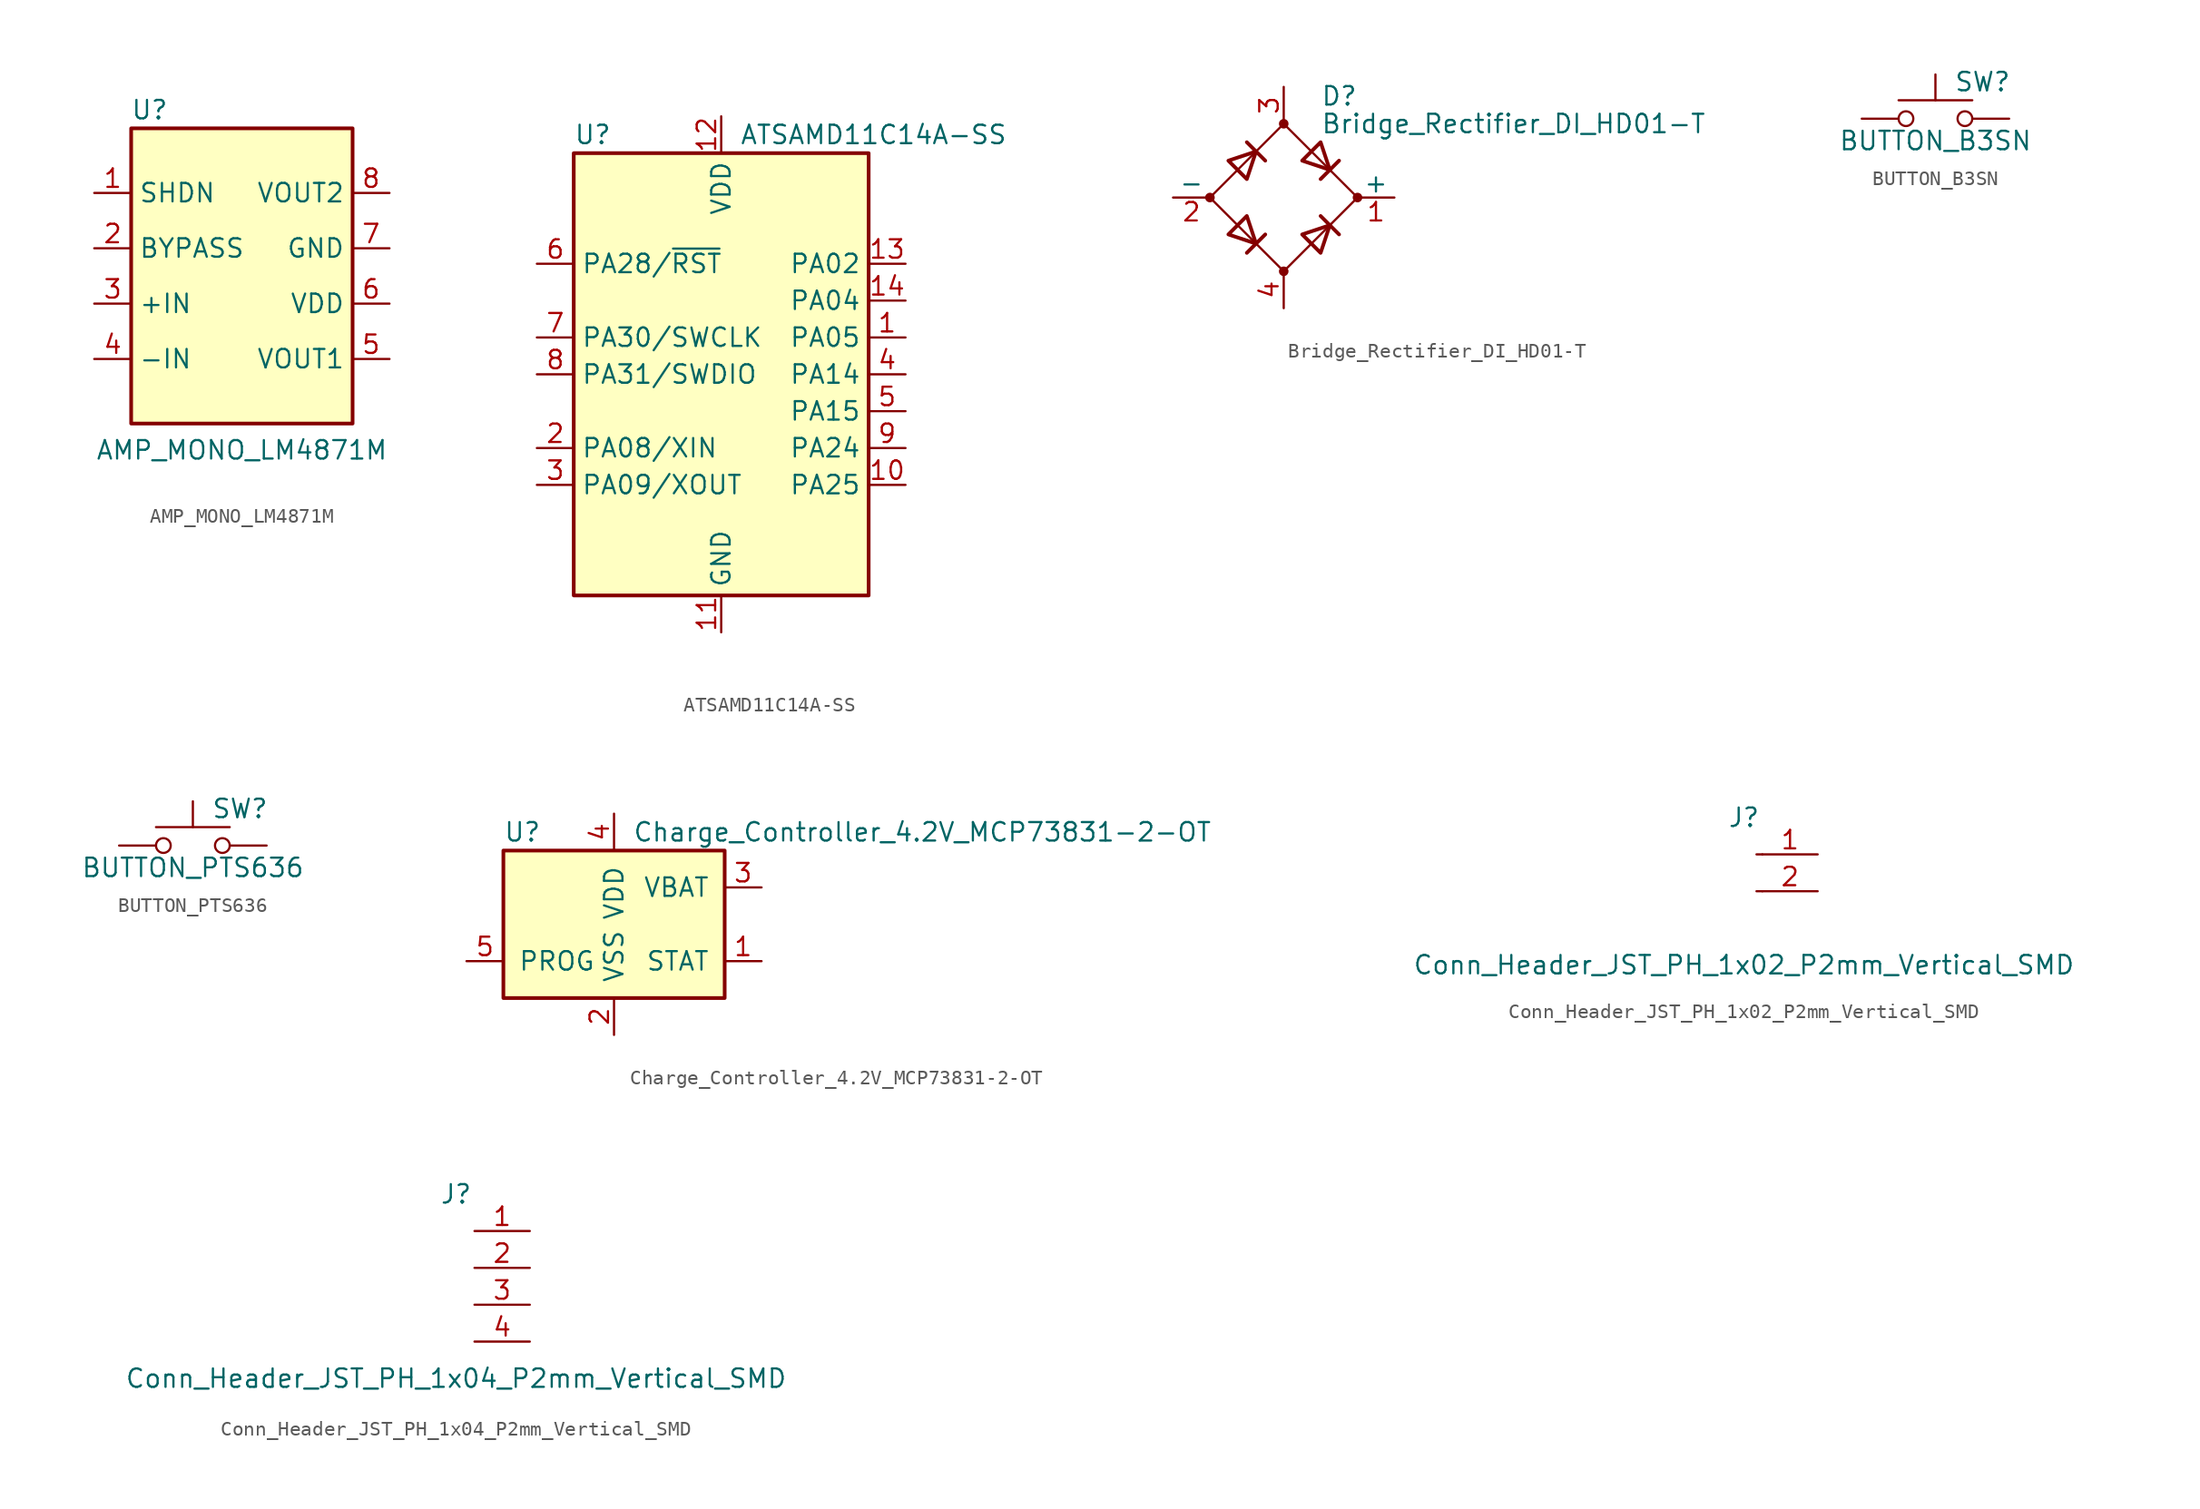
<source format=kicad_sym>
(kicad_symbol_lib
  (version 20211014)
  (generator kicad_symbol_editor)
  (symbol "AMP_MONO_LM4871M"
    (property "Reference" "U"
      (at -6.35 11.43 0)
      (effects (font (size 1.27 1.27))))
    (property "Value" "AMP_MONO_LM4871M"
      (at 0 -11.989 0)
      (effects (font (size 1.27 1.27))))
    (symbol "AMP_MONO_LM4871M_0_1"
      (rectangle (start -7.62 10.16) (end 7.62 -10.16) (stroke (width 0.254) (type default) (color 0 0 0 0)) (fill (type background))))
    (symbol "AMP_MONO_LM4871M_1_1"
      (pin input line (at -10.16 5.715 0) (length 2.54) (name "SHDN" (effects (font (size 1.27 1.27)))) (number "1" (effects (font (size 1.27 1.27)))))
      (pin passive line (at -10.16 1.905 0) (length 2.54) (name "BYPASS" (effects (font (size 1.27 1.27)))) (number "2" (effects (font (size 1.27 1.27)))))
      (pin input line (at -10.16 -1.905 0) (length 2.54) (name "+IN" (effects (font (size 1.27 1.27)))) (number "3" (effects (font (size 1.27 1.27)))))
      (pin input line (at -10.16 -5.715 0) (length 2.54) (name "-IN" (effects (font (size 1.27 1.27)))) (number "4" (effects (font (size 1.27 1.27)))))
      (pin output line (at 10.16 -5.715 180) (length 2.54) (name "VOUT1" (effects (font (size 1.27 1.27)))) (number "5" (effects (font (size 1.27 1.27)))))
      (pin power_in line (at 10.16 -1.905 180) (length 2.54) (name "VDD" (effects (font (size 1.27 1.27)))) (number "6" (effects (font (size 1.27 1.27)))))
      (pin power_in line (at 10.16 1.905 180) (length 2.54) (name "GND" (effects (font (size 1.27 1.27)))) (number "7" (effects (font (size 1.27 1.27)))))
      (pin output line (at 10.16 5.715 180) (length 2.54) (name "VOUT2" (effects (font (size 1.27 1.27)))) (number "8" (effects (font (size 1.27 1.27)))))))
  (symbol "ATSAMD11C14A-SS"
    (property "Reference" "U"
      (at -10.16 16.51 0)
      (effects (font (size 1.27 1.27)) (justify left)))
    (property "Value" "ATSAMD11C14A-SS"
      (at 1.27 16.51 0)
      (effects (font (size 1.27 1.27)) (justify left)))
    (symbol "ATSAMD11C14A-SS_0_1"
      (rectangle (start -10.16 15.24) (end 10.16 -15.24) (stroke (width 0.254) (type default) (color 0 0 0 0)) (fill (type background))))
    (symbol "ATSAMD11C14A-SS_1_1"
      (pin bidirectional line (at 12.7 2.54 180) (length 2.54) (name "PA05" (effects (font (size 1.27 1.27)))) (number "1" (effects (font (size 1.27 1.27)))))
      (pin bidirectional line (at 12.7 -7.62 180) (length 2.54) (name "PA25" (effects (font (size 1.27 1.27)))) (number "10" (effects (font (size 1.27 1.27)))))
      (pin power_in line (at 0 -17.78 90) (length 2.54) (name "GND" (effects (font (size 1.27 1.27)))) (number "11" (effects (font (size 1.27 1.27)))))
      (pin power_in line (at 0 17.78 270) (length 2.54) (name "VDD" (effects (font (size 1.27 1.27)))) (number "12" (effects (font (size 1.27 1.27)))))
      (pin bidirectional line (at 12.7 7.62 180) (length 2.54) (name "PA02" (effects (font (size 1.27 1.27)))) (number "13" (effects (font (size 1.27 1.27)))))
      (pin bidirectional line (at 12.7 5.08 180) (length 2.54) (name "PA04" (effects (font (size 1.27 1.27)))) (number "14" (effects (font (size 1.27 1.27)))))
      (pin bidirectional line (at -12.7 -5.08 0) (length 2.54) (name "PA08/XIN" (effects (font (size 1.27 1.27)))) (number "2" (effects (font (size 1.27 1.27)))))
      (pin bidirectional line (at -12.7 -7.62 0) (length 2.54) (name "PA09/XOUT" (effects (font (size 1.27 1.27)))) (number "3" (effects (font (size 1.27 1.27)))))
      (pin bidirectional line (at 12.7 0 180) (length 2.54) (name "PA14" (effects (font (size 1.27 1.27)))) (number "4" (effects (font (size 1.27 1.27)))))
      (pin bidirectional line (at 12.7 -2.54 180) (length 2.54) (name "PA15" (effects (font (size 1.27 1.27)))) (number "5" (effects (font (size 1.27 1.27)))))
      (pin bidirectional line (at -12.7 7.62 0) (length 2.54) (name "PA28/~{RST}" (effects (font (size 1.27 1.27)))) (number "6" (effects (font (size 1.27 1.27)))))
      (pin bidirectional line (at -12.7 2.54 0) (length 2.54) (name "PA30/SWCLK" (effects (font (size 1.27 1.27)))) (number "7" (effects (font (size 1.27 1.27)))))
      (pin bidirectional line (at -12.7 0 0) (length 2.54) (name "PA31/SWDIO" (effects (font (size 1.27 1.27)))) (number "8" (effects (font (size 1.27 1.27)))))
      (pin bidirectional line (at 12.7 -5.08 180) (length 2.54) (name "PA24" (effects (font (size 1.27 1.27)))) (number "9" (effects (font (size 1.27 1.27)))))))
  (symbol "Bridge_Rectifier_DI_HD01-T"
    (pin_names
      (offset 0))
    (property "Reference" "D"
      (at 2.54 6.985 0)
      (effects (font (size 1.27 1.27)) (justify left)))
    (property "Value" "Bridge_Rectifier_DI_HD01-T"
      (at 2.54 5.08 0)
      (effects (font (size 1.27 1.27)) (justify left)))
    (symbol "Bridge_Rectifier_DI_HD01-T_0_1"
      (circle (center -5.08 0) (radius 0.254) (stroke (width 0) (type default) (color 0 0 0 0)) (fill (type outline)))
      (circle (center 0 -5.08) (radius 0.254) (stroke (width 0) (type default) (color 0 0 0 0)) (fill (type outline)))
      (polyline (pts (xy -2.54 3.81) (xy -1.27 2.54)) (stroke (width 0.254) (type default) (color 0 0 0 0)) (fill (type none)))
      (polyline (pts (xy -1.27 -2.54) (xy -2.54 -3.81)) (stroke (width 0.254) (type default) (color 0 0 0 0)) (fill (type none)))
      (polyline (pts (xy 2.54 -1.27) (xy 3.81 -2.54)) (stroke (width 0.254) (type default) (color 0 0 0 0)) (fill (type none)))
      (polyline (pts (xy 2.54 1.27) (xy 3.81 2.54)) (stroke (width 0.254) (type default) (color 0 0 0 0)) (fill (type none)))
      (polyline (pts (xy -3.81 2.54) (xy -2.54 1.27) (xy -1.905 3.175) (xy -3.81 2.54)) (stroke (width 0.254) (type default) (color 0 0 0 0)) (fill (type none)))
      (polyline (pts (xy -2.54 -1.27) (xy -3.81 -2.54) (xy -1.905 -3.175) (xy -2.54 -1.27)) (stroke (width 0.254) (type default) (color 0 0 0 0)) (fill (type none)))
      (polyline (pts (xy 1.27 2.54) (xy 2.54 3.81) (xy 3.175 1.905) (xy 1.27 2.54)) (stroke (width 0.254) (type default) (color 0 0 0 0)) (fill (type none)))
      (polyline (pts (xy 3.175 -1.905) (xy 1.27 -2.54) (xy 2.54 -3.81) (xy 3.175 -1.905)) (stroke (width 0.254) (type default) (color 0 0 0 0)) (fill (type none)))
      (polyline (pts (xy -5.08 0) (xy 0 -5.08) (xy 5.08 0) (xy 0 5.08) (xy -5.08 0)) (stroke (width 0) (type default) (color 0 0 0 0)) (fill (type none)))
      (circle (center 0 5.08) (radius 0.254) (stroke (width 0) (type default) (color 0 0 0 0)) (fill (type outline)))
      (circle (center 5.08 0) (radius 0.254) (stroke (width 0) (type default) (color 0 0 0 0)) (fill (type outline))))
    (symbol "Bridge_Rectifier_DI_HD01-T_1_1"
      (pin passive line (at 7.62 0 180) (length 2.54) (name "+" (effects (font (size 1.27 1.27)))) (number "1" (effects (font (size 1.27 1.27)))))
      (pin passive line (at -7.62 0 0) (length 2.54) (name "-" (effects (font (size 1.27 1.27)))) (number "2" (effects (font (size 1.27 1.27)))))
      (pin passive line (at 0 7.62 270) (length 2.54) (name "~" (effects (font (size 1.27 1.27)))) (number "3" (effects (font (size 1.27 1.27)))))
      (pin passive line (at 0 -7.62 90) (length 2.54) (name "~" (effects (font (size 1.27 1.27)))) (number "4" (effects (font (size 1.27 1.27)))))))
  (symbol "BUTTON_B3SN"
    (pin_numbers hide)
    (pin_names
      (offset 1.016) hide)
    (property "Reference" "SW"
      (at 1.27 2.54 0)
      (effects (font (size 1.27 1.27)) (justify left)))
    (property "Value" "BUTTON_B3SN"
      (at 0 -1.524 0)
      (effects (font (size 1.27 1.27))))
    (symbol "BUTTON_B3SN_0_1"
      (circle (center -2.032 0) (radius 0.508) (stroke (width 0) (type default) (color 0 0 0 0)) (fill (type none)))
      (polyline (pts (xy 0 1.27) (xy 0 3.048)) (stroke (width 0) (type default) (color 0 0 0 0)) (fill (type none)))
      (polyline (pts (xy 2.54 1.27) (xy -2.54 1.27)) (stroke (width 0) (type default) (color 0 0 0 0)) (fill (type none)))
      (circle (center 2.032 0) (radius 0.508) (stroke (width 0) (type default) (color 0 0 0 0)) (fill (type none)))
      (pin passive line (at -5.08 0 0) (length 2.54) (name "1" (effects (font (size 1.27 1.27)))) (number "1" (effects (font (size 1.27 1.27)))))
      (pin passive line (at 5.08 0 180) (length 2.54) (name "2" (effects (font (size 1.27 1.27)))) (number "2" (effects (font (size 1.27 1.27)))))))
  (symbol "BUTTON_PTS636"
    (pin_numbers hide)
    (pin_names
      (offset 1.016) hide)
    (property "Reference" "SW"
      (at 1.27 2.54 0)
      (effects (font (size 1.27 1.27)) (justify left)))
    (property "Value" "BUTTON_PTS636"
      (at 0 -1.524 0)
      (effects (font (size 1.27 1.27))))
    (symbol "BUTTON_PTS636_0_1"
      (circle (center -2.032 0) (radius 0.508) (stroke (width 0) (type default) (color 0 0 0 0)) (fill (type none)))
      (polyline (pts (xy 0 1.27) (xy 0 3.048)) (stroke (width 0) (type default) (color 0 0 0 0)) (fill (type none)))
      (polyline (pts (xy 2.54 1.27) (xy -2.54 1.27)) (stroke (width 0) (type default) (color 0 0 0 0)) (fill (type none)))
      (circle (center 2.032 0) (radius 0.508) (stroke (width 0) (type default) (color 0 0 0 0)) (fill (type none)))
      (pin passive line (at -5.08 0 0) (length 2.54) (name "1" (effects (font (size 1.27 1.27)))) (number "1" (effects (font (size 1.27 1.27)))))
      (pin passive line (at 5.08 0 180) (length 2.54) (name "2" (effects (font (size 1.27 1.27)))) (number "2" (effects (font (size 1.27 1.27)))))))
  (symbol "Charge_Controller_4.2V_MCP73831-2-OT"
    (pin_names
      (offset 1.016))
    (property "Reference" "U"
      (at -7.62 6.35 0)
      (effects (font (size 1.27 1.27)) (justify left)))
    (property "Value" "Charge_Controller_4.2V_MCP73831-2-OT"
      (at 1.27 6.35 0)
      (effects (font (size 1.27 1.27)) (justify left)))
    (symbol "Charge_Controller_4.2V_MCP73831-2-OT_0_1"
      (rectangle (start -7.62 5.08) (end 7.62 -5.08) (stroke (width 0.254) (type default) (color 0 0 0 0)) (fill (type background))))
    (symbol "Charge_Controller_4.2V_MCP73831-2-OT_1_1"
      (pin output line (at 10.16 -2.54 180) (length 2.54) (name "STAT" (effects (font (size 1.27 1.27)))) (number "1" (effects (font (size 1.27 1.27)))))
      (pin power_in line (at 0 -7.62 90) (length 2.54) (name "VSS" (effects (font (size 1.27 1.27)))) (number "2" (effects (font (size 1.27 1.27)))))
      (pin power_out line (at 10.16 2.54 180) (length 2.54) (name "VBAT" (effects (font (size 1.27 1.27)))) (number "3" (effects (font (size 1.27 1.27)))))
      (pin power_in line (at 0 7.62 270) (length 2.54) (name "VDD" (effects (font (size 1.27 1.27)))) (number "4" (effects (font (size 1.27 1.27)))))
      (pin input line (at -10.16 -2.54 0) (length 2.54) (name "PROG" (effects (font (size 1.27 1.27)))) (number "5" (effects (font (size 1.27 1.27)))))))
  (symbol "Conn_Header_JST_PH_1x02_P2mm_Vertical_SMD"
    (pin_names
      (offset 1.016))
    (property "Reference" "J"
      (at 0 2.54 0)
      (effects (font (size 1.27 1.27))))
    (property "Value" "Conn_Header_JST_PH_1x02_P2mm_Vertical_SMD"
      (at 0 -7.62 0)
      (effects (font (size 1.27 1.27))))
    (symbol "Conn_Header_JST_PH_1x02_P2mm_Vertical_SMD_1_1"
      (polyline (pts (xy 1.27 -2.54) (xy 0.864 -2.54)) (stroke (width 0.152) (type default) (color 0 0 0 0)) (fill (type none)))
      (polyline (pts (xy 1.27 0) (xy 0.864 0)) (stroke (width 0.152) (type default) (color 0 0 0 0)) (fill (type none)))
      (pin passive line (at 5.08 0 180) (length 3.81) (name "~" (effects (font (size 1.27 1.27)))) (number "1" (effects (font (size 1.27 1.27)))))
      (pin passive line (at 5.08 -2.54 180) (length 3.81) (name "~" (effects (font (size 1.27 1.27)))) (number "2" (effects (font (size 1.27 1.27)))))))
  (symbol "Conn_Header_JST_PH_1x04_P2mm_Vertical_SMD"
    (pin_names
      (offset 1.016))
    (property "Reference" "J"
      (at 0 2.54 0)
      (effects (font (size 1.27 1.27))))
    (property "Value" "Conn_Header_JST_PH_1x04_P2mm_Vertical_SMD"
      (at 0 -10.16 0)
      (effects (font (size 1.27 1.27))))
    (symbol "Conn_Header_JST_PH_1x04_P2mm_Vertical_SMD_1_1"
      (pin passive line (at 5.08 0 180) (length 3.81) (name "~" (effects (font (size 1.27 1.27)))) (number "1" (effects (font (size 1.27 1.27)))))
      (pin passive line (at 5.08 -2.54 180) (length 3.81) (name "~" (effects (font (size 1.27 1.27)))) (number "2" (effects (font (size 1.27 1.27)))))
      (pin passive line (at 5.08 -5.08 180) (length 3.81) (name "~" (effects (font (size 1.27 1.27)))) (number "3" (effects (font (size 1.27 1.27)))))
      (pin passive line (at 5.08 -7.62 180) (length 3.81) (name "~" (effects (font (size 1.27 1.27)))) (number "4" (effects (font (size 1.27 1.27))))))))
</source>
